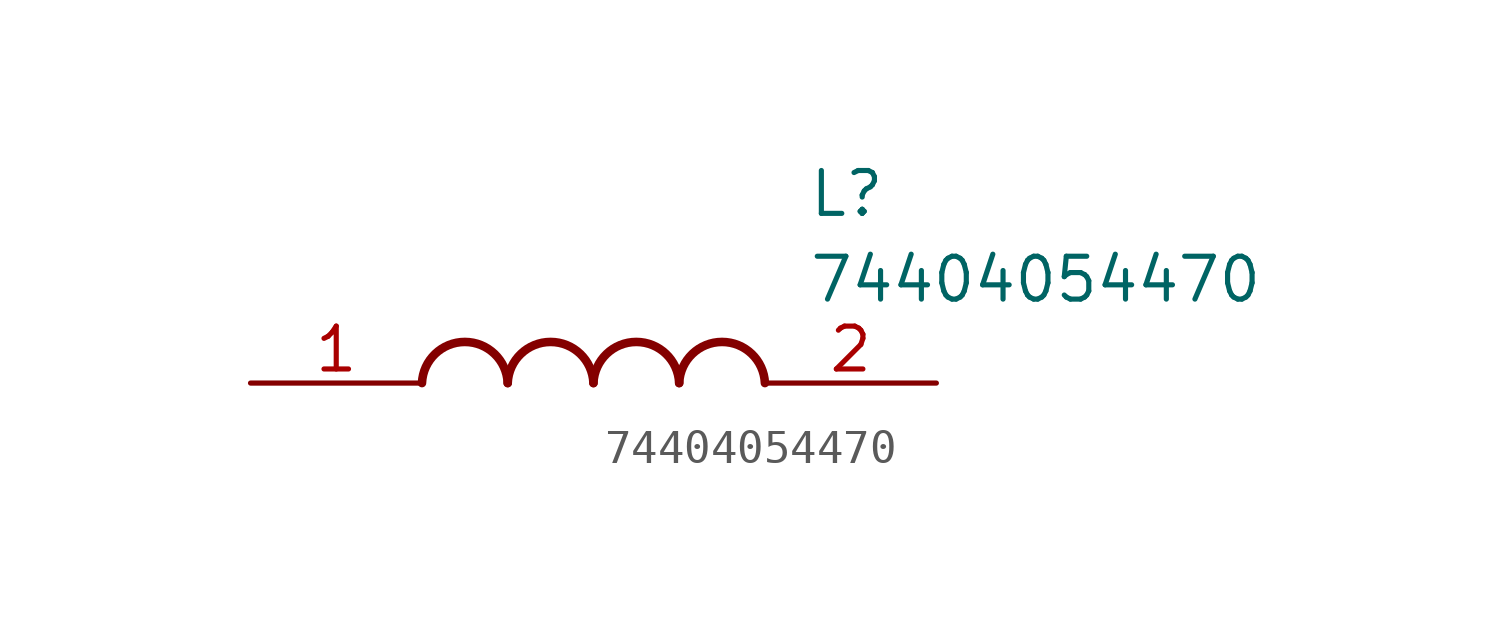
<source format=kicad_sym>
(kicad_symbol_lib
  (version 20211014)
  (generator SamacSys_ECAD_Model)
  (symbol "74404054470"
    (pin_names hide)
    (property "Reference" "L"
      (at 16.51 6.35 0)
      (effects (font (size 1.27 1.27)) (justify left top)))
    (property "Value" "74404054470"
      (at 16.51 3.81 0)
      (effects (font (size 1.27 1.27)) (justify left top)))
    (arc
      (start 7.62 0)
      (mid 6.35 1.219)
      (end 5.08 0)
      (stroke (width 0.254) (type default))
      (fill (type none)))
    (arc
      (start 10.16 0)
      (mid 8.89 1.219)
      (end 7.62 0)
      (stroke (width 0.254) (type default))
      (fill (type none)))
    (arc
      (start 12.7 0)
      (mid 11.43 1.219)
      (end 10.16 0)
      (stroke (width 0.254) (type default))
      (fill (type none)))
    (arc
      (start 15.24 0)
      (mid 13.97 1.219)
      (end 12.7 0)
      (stroke (width 0.254) (type default))
      (fill (type none)))
    (pin passive line
      (at 0 0 0)
      (length 5.08)
      (name "1" (effects (font (size 1.27 1.27))))
      (number "1" (effects (font (size 1.27 1.27)))))
    (pin passive line
      (at 20.32 0 180)
      (length 5.08)
      (name "2" (effects (font (size 1.27 1.27))))
      (number "2" (effects (font (size 1.27 1.27)))))))
</source>
